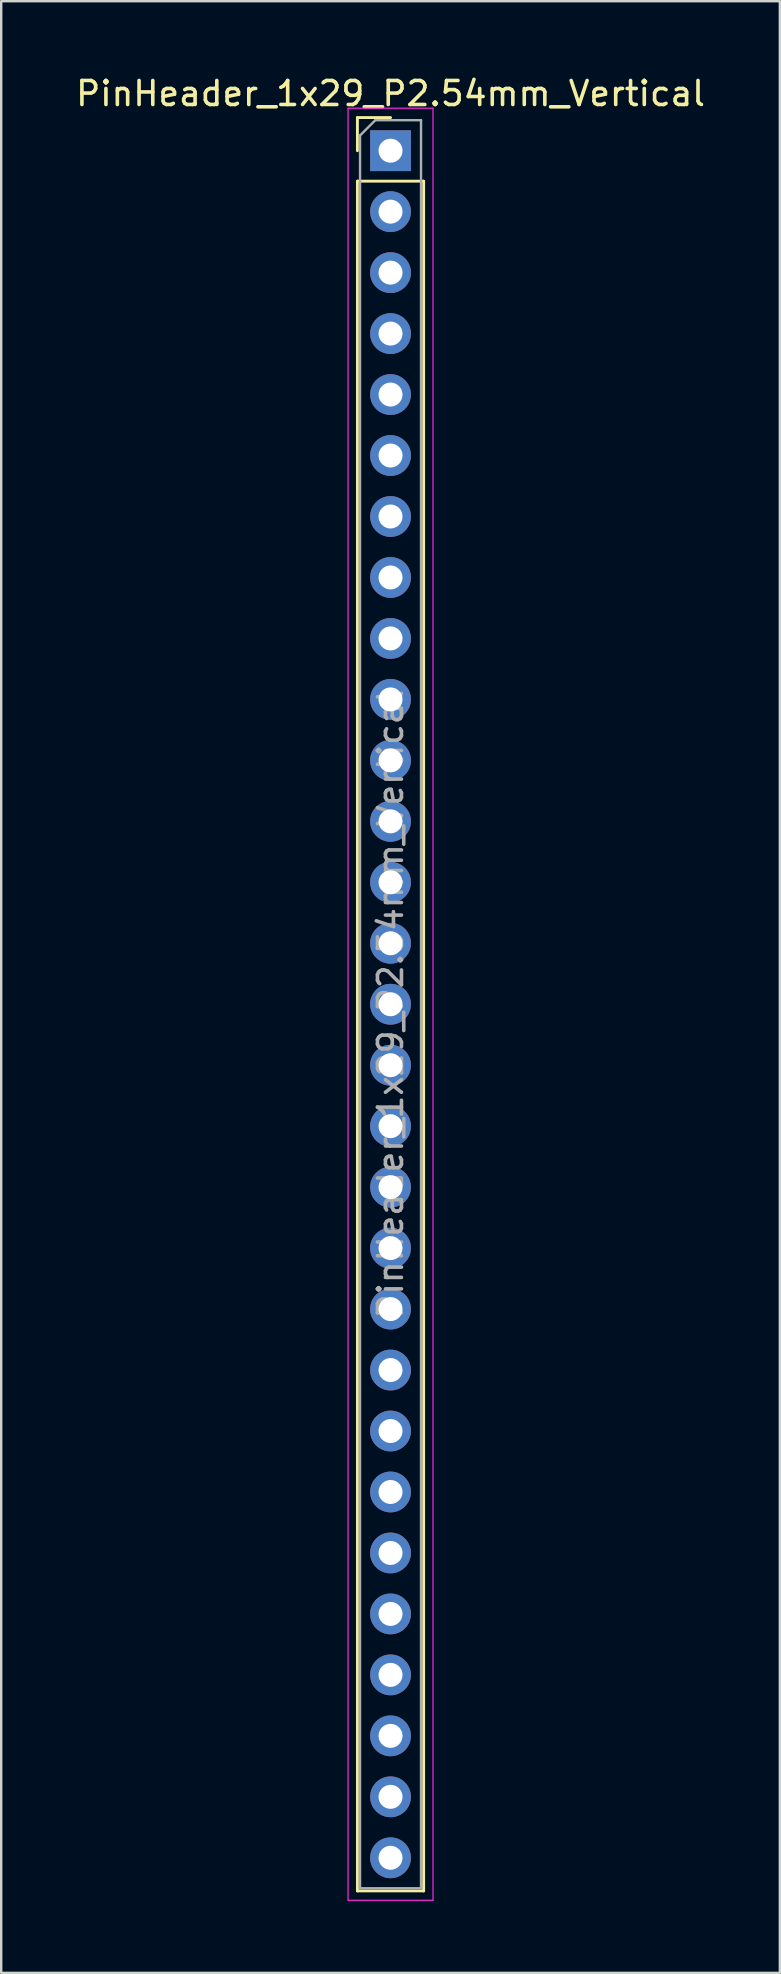
<source format=kicad_pcb>
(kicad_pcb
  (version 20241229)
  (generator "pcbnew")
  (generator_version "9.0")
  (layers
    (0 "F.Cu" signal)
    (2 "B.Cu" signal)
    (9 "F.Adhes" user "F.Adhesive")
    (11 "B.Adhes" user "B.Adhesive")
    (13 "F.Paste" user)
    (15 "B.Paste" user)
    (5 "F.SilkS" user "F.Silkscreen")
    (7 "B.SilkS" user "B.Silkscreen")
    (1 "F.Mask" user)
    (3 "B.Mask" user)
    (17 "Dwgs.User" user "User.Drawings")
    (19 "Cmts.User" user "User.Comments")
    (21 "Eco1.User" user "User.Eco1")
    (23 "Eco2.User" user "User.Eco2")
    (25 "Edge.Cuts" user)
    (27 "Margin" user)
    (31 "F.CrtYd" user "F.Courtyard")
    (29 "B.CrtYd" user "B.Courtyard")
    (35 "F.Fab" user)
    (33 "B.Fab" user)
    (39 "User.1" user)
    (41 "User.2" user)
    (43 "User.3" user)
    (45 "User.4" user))
  (footprint "PinHeader_1x29_P2.54mm_Vertical"
    (layer "F.Cu")
    (at 13.22 3.228)
    (property "Reference" "PinHeader_1x29_P2.54mm_Vertical" (at 0 -2.38 0) (layer "F.SilkS") (effects (font (size 1 1) (thickness 0.15))))
    (attr through_hole)
    (fp_line (start -1.38 -1.38) (end 0 -1.38) (stroke (width 0.12) (type solid)) (layer "F.SilkS"))
    (fp_line (start -1.38 0) (end -1.38 -1.38) (stroke (width 0.12) (type solid)) (layer "F.SilkS"))
    (fp_line (start -1.38 1.27) (end -1.38 72.5) (stroke (width 0.12) (type solid)) (layer "F.SilkS"))
    (fp_line (start -1.38 1.27) (end 1.38 1.27) (stroke (width 0.12) (type solid)) (layer "F.SilkS"))
    (fp_line (start -1.38 72.5) (end 1.38 72.5) (stroke (width 0.12) (type solid)) (layer "F.SilkS"))
    (fp_line (start 1.38 1.27) (end 1.38 72.5) (stroke (width 0.12) (type solid)) (layer "F.SilkS"))
    (fp_line (start -1.77 -1.77) (end -1.77 72.89) (stroke (width 0.05) (type solid)) (layer "F.CrtYd"))
    (fp_line (start -1.77 72.89) (end 1.77 72.89) (stroke (width 0.05) (type solid)) (layer "F.CrtYd"))
    (fp_line (start 1.77 -1.77) (end -1.77 -1.77) (stroke (width 0.05) (type solid)) (layer "F.CrtYd"))
    (fp_line (start 1.77 72.89) (end 1.77 -1.77) (stroke (width 0.05) (type solid)) (layer "F.CrtYd"))
    (fp_line (start -1.27 -0.635) (end -0.635 -1.27) (stroke (width 0.1) (type solid)) (layer "F.Fab"))
    (fp_line (start -1.27 72.39) (end -1.27 -0.635) (stroke (width 0.1) (type solid)) (layer "F.Fab"))
    (fp_line (start -0.635 -1.27) (end 1.27 -1.27) (stroke (width 0.1) (type solid)) (layer "F.Fab"))
    (fp_line (start 1.27 -1.27) (end 1.27 72.39) (stroke (width 0.1) (type solid)) (layer "F.Fab"))
    (fp_line (start 1.27 72.39) (end -1.27 72.39) (stroke (width 0.1) (type solid)) (layer "F.Fab"))
    (fp_text user "${REFERENCE}" (at 0 35.56 90) (layer "F.Fab") (effects (font (size 1 1) (thickness 0.15))))
    (pad "1" thru_hole rect (at 0 0) (size 1.7 1.7) (drill 1) (layers "*.Cu" "*.Mask"))
    (pad "2" thru_hole circle (at 0 2.54) (size 1.7 1.7) (drill 1) (layers "*.Cu" "*.Mask"))
    (pad "3" thru_hole circle (at 0 5.08) (size 1.7 1.7) (drill 1) (layers "*.Cu" "*.Mask"))
    (pad "4" thru_hole circle (at 0 7.62) (size 1.7 1.7) (drill 1) (layers "*.Cu" "*.Mask"))
    (pad "5" thru_hole circle (at 0 10.16) (size 1.7 1.7) (drill 1) (layers "*.Cu" "*.Mask"))
    (pad "6" thru_hole circle (at 0 12.7) (size 1.7 1.7) (drill 1) (layers "*.Cu" "*.Mask"))
    (pad "7" thru_hole circle (at 0 15.24) (size 1.7 1.7) (drill 1) (layers "*.Cu" "*.Mask"))
    (pad "8" thru_hole circle (at 0 17.78) (size 1.7 1.7) (drill 1) (layers "*.Cu" "*.Mask"))
    (pad "9" thru_hole circle (at 0 20.32) (size 1.7 1.7) (drill 1) (layers "*.Cu" "*.Mask"))
    (pad "10" thru_hole circle (at 0 22.86) (size 1.7 1.7) (drill 1) (layers "*.Cu" "*.Mask"))
    (pad "11" thru_hole circle (at 0 25.4) (size 1.7 1.7) (drill 1) (layers "*.Cu" "*.Mask"))
    (pad "12" thru_hole circle (at 0 27.94) (size 1.7 1.7) (drill 1) (layers "*.Cu" "*.Mask"))
    (pad "13" thru_hole circle (at 0 30.48) (size 1.7 1.7) (drill 1) (layers "*.Cu" "*.Mask"))
    (pad "14" thru_hole circle (at 0 33.02) (size 1.7 1.7) (drill 1) (layers "*.Cu" "*.Mask"))
    (pad "15" thru_hole circle (at 0 35.56) (size 1.7 1.7) (drill 1) (layers "*.Cu" "*.Mask"))
    (pad "16" thru_hole circle (at 0 38.1) (size 1.7 1.7) (drill 1) (layers "*.Cu" "*.Mask"))
    (pad "17" thru_hole circle (at 0 40.64) (size 1.7 1.7) (drill 1) (layers "*.Cu" "*.Mask"))
    (pad "18" thru_hole circle (at 0 43.18) (size 1.7 1.7) (drill 1) (layers "*.Cu" "*.Mask"))
    (pad "19" thru_hole circle (at 0 45.72) (size 1.7 1.7) (drill 1) (layers "*.Cu" "*.Mask"))
    (pad "20" thru_hole circle (at 0 48.26) (size 1.7 1.7) (drill 1) (layers "*.Cu" "*.Mask"))
    (pad "21" thru_hole circle (at 0 50.8) (size 1.7 1.7) (drill 1) (layers "*.Cu" "*.Mask"))
    (pad "22" thru_hole circle (at 0 53.34) (size 1.7 1.7) (drill 1) (layers "*.Cu" "*.Mask"))
    (pad "23" thru_hole circle (at 0 55.88) (size 1.7 1.7) (drill 1) (layers "*.Cu" "*.Mask"))
    (pad "24" thru_hole circle (at 0 58.42) (size 1.7 1.7) (drill 1) (layers "*.Cu" "*.Mask"))
    (pad "25" thru_hole circle (at 0 60.96) (size 1.7 1.7) (drill 1) (layers "*.Cu" "*.Mask"))
    (pad "26" thru_hole circle (at 0 63.5) (size 1.7 1.7) (drill 1) (layers "*.Cu" "*.Mask"))
    (pad "27" thru_hole circle (at 0 66.04) (size 1.7 1.7) (drill 1) (layers "*.Cu" "*.Mask"))
    (pad "28" thru_hole circle (at 0 68.58) (size 1.7 1.7) (drill 1) (layers "*.Cu" "*.Mask"))
    (pad "29" thru_hole circle (at 0 71.12) (size 1.7 1.7) (drill 1) (layers "*.Cu" "*.Mask")))
  (gr_rect
    (start -3 -3)
    (end 29.44 79.143)
    (stroke (width 0.1) (type default))
    (fill no)
    (layer "Edge.Cuts")))
</source>
